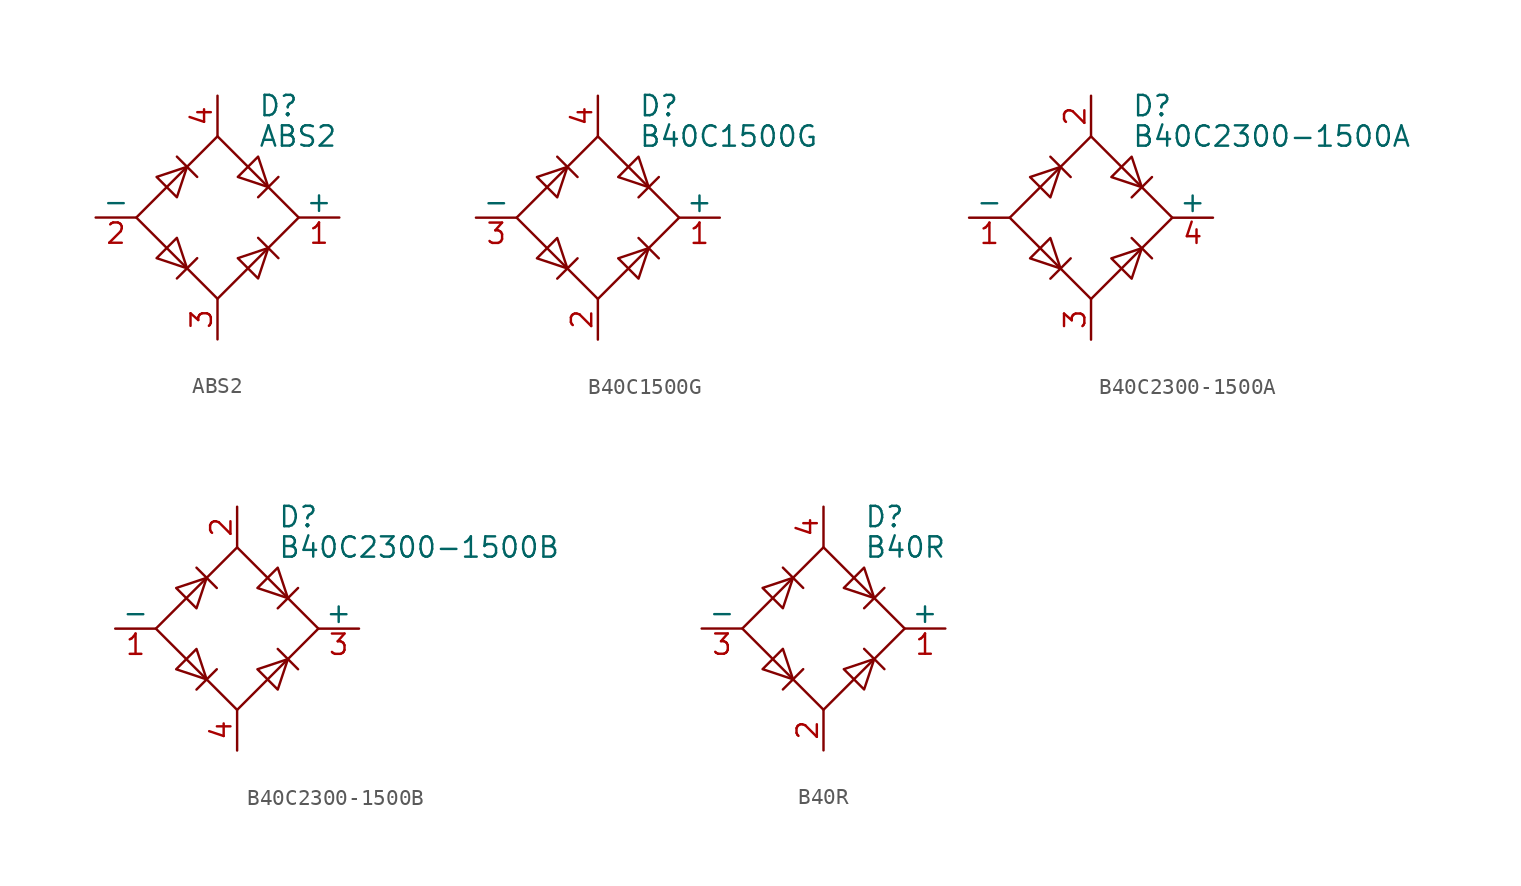
<source format=kicad_sym>
(kicad_symbol_lib
  (version 20201005)
  (generator kicad_symbol_editor)
  (symbol "ABS2"
    (pin_names
      (offset 0))
    (property "Reference" "D"
      (at 2.54 6.985 0)
      (effects (font (size 1.27 1.27)) (justify left)))
    (property "Value" "ABS2"
      (at 2.54 5.08 0)
      (effects (font (size 1.27 1.27)) (justify left)))
    (symbol "ABS2_0_1"
      (polyline (pts (xy -2.54 3.81) (xy -1.27 2.54)) (stroke (width 0)) (fill (type none)))
      (polyline (pts (xy -1.27 -2.54) (xy -2.54 -3.81)) (stroke (width 0)) (fill (type none)))
      (polyline (pts (xy 2.54 -1.27) (xy 3.81 -2.54)) (stroke (width 0)) (fill (type none)))
      (polyline (pts (xy 2.54 1.27) (xy 3.81 2.54)) (stroke (width 0)) (fill (type none)))
      (polyline (pts (xy -3.81 2.54) (xy -2.54 1.27) (xy -1.905 3.175) (xy -3.81 2.54)) (stroke (width 0)) (fill (type none)))
      (polyline (pts (xy -2.54 -1.27) (xy -3.81 -2.54) (xy -1.905 -3.175) (xy -2.54 -1.27)) (stroke (width 0)) (fill (type none)))
      (polyline (pts (xy 1.27 2.54) (xy 2.54 3.81) (xy 3.175 1.905) (xy 1.27 2.54)) (stroke (width 0)) (fill (type none)))
      (polyline (pts (xy 3.175 -1.905) (xy 1.27 -2.54) (xy 2.54 -3.81) (xy 3.175 -1.905)) (stroke (width 0)) (fill (type none)))
      (polyline (pts (xy -5.08 0) (xy 0 -5.08) (xy 5.08 0) (xy 0 5.08) (xy -5.08 0)) (stroke (width 0)) (fill (type none))))
    (symbol "ABS2_1_1"
      (pin passive line (at 7.62 0 180) (length 2.54) (name "+" (effects (font (size 1.27 1.27)))) (number "1" (effects (font (size 1.27 1.27)))))
      (pin passive line (at -7.62 0 0) (length 2.54) (name "-" (effects (font (size 1.27 1.27)))) (number "2" (effects (font (size 1.27 1.27)))))
      (pin passive line (at 0 -7.62 90) (length 2.54) (name "~~" (effects (font (size 1.27 1.27)))) (number "3" (effects (font (size 1.27 1.27)))))
      (pin passive line (at 0 7.62 270) (length 2.54) (name "~~" (effects (font (size 1.27 1.27)))) (number "4" (effects (font (size 1.27 1.27)))))))
  (symbol "B40C1500G"
    (pin_names
      (offset 0))
    (property "Reference" "D"
      (at 2.54 6.985 0)
      (effects (font (size 1.27 1.27)) (justify left)))
    (property "Value" "B40C1500G"
      (at 2.54 5.08 0)
      (effects (font (size 1.27 1.27)) (justify left)))
    (symbol "B40C1500G_0_1"
      (polyline (pts (xy -2.54 3.81) (xy -1.27 2.54)) (stroke (width 0)) (fill (type none)))
      (polyline (pts (xy -1.27 -2.54) (xy -2.54 -3.81)) (stroke (width 0)) (fill (type none)))
      (polyline (pts (xy 2.54 -1.27) (xy 3.81 -2.54)) (stroke (width 0)) (fill (type none)))
      (polyline (pts (xy 2.54 1.27) (xy 3.81 2.54)) (stroke (width 0)) (fill (type none)))
      (polyline (pts (xy -3.81 2.54) (xy -2.54 1.27) (xy -1.905 3.175) (xy -3.81 2.54)) (stroke (width 0)) (fill (type none)))
      (polyline (pts (xy -2.54 -1.27) (xy -3.81 -2.54) (xy -1.905 -3.175) (xy -2.54 -1.27)) (stroke (width 0)) (fill (type none)))
      (polyline (pts (xy 1.27 2.54) (xy 2.54 3.81) (xy 3.175 1.905) (xy 1.27 2.54)) (stroke (width 0)) (fill (type none)))
      (polyline (pts (xy 3.175 -1.905) (xy 1.27 -2.54) (xy 2.54 -3.81) (xy 3.175 -1.905)) (stroke (width 0)) (fill (type none)))
      (polyline (pts (xy -5.08 0) (xy 0 -5.08) (xy 5.08 0) (xy 0 5.08) (xy -5.08 0)) (stroke (width 0)) (fill (type none))))
    (symbol "B40C1500G_1_1"
      (pin passive line (at 7.62 0 180) (length 2.54) (name "+" (effects (font (size 1.27 1.27)))) (number "1" (effects (font (size 1.27 1.27)))))
      (pin passive line (at 0 -7.62 90) (length 2.54) (name "~~" (effects (font (size 1.27 1.27)))) (number "2" (effects (font (size 1.27 1.27)))))
      (pin passive line (at -7.62 0 0) (length 2.54) (name "-" (effects (font (size 1.27 1.27)))) (number "3" (effects (font (size 1.27 1.27)))))
      (pin passive line (at 0 7.62 270) (length 2.54) (name "~~" (effects (font (size 1.27 1.27)))) (number "4" (effects (font (size 1.27 1.27)))))))
  (symbol "B40C2300-1500A"
    (pin_names
      (offset 0))
    (property "Reference" "D"
      (at 2.54 6.985 0)
      (effects (font (size 1.27 1.27)) (justify left)))
    (property "Value" "B40C2300-1500A"
      (at 2.54 5.08 0)
      (effects (font (size 1.27 1.27)) (justify left)))
    (symbol "B40C2300-1500A_0_1"
      (polyline (pts (xy -2.54 3.81) (xy -1.27 2.54)) (stroke (width 0)) (fill (type none)))
      (polyline (pts (xy -1.27 -2.54) (xy -2.54 -3.81)) (stroke (width 0)) (fill (type none)))
      (polyline (pts (xy 2.54 -1.27) (xy 3.81 -2.54)) (stroke (width 0)) (fill (type none)))
      (polyline (pts (xy 2.54 1.27) (xy 3.81 2.54)) (stroke (width 0)) (fill (type none)))
      (polyline (pts (xy -3.81 2.54) (xy -2.54 1.27) (xy -1.905 3.175) (xy -3.81 2.54)) (stroke (width 0)) (fill (type none)))
      (polyline (pts (xy -2.54 -1.27) (xy -3.81 -2.54) (xy -1.905 -3.175) (xy -2.54 -1.27)) (stroke (width 0)) (fill (type none)))
      (polyline (pts (xy 1.27 2.54) (xy 2.54 3.81) (xy 3.175 1.905) (xy 1.27 2.54)) (stroke (width 0)) (fill (type none)))
      (polyline (pts (xy 3.175 -1.905) (xy 1.27 -2.54) (xy 2.54 -3.81) (xy 3.175 -1.905)) (stroke (width 0)) (fill (type none)))
      (polyline (pts (xy -5.08 0) (xy 0 -5.08) (xy 5.08 0) (xy 0 5.08) (xy -5.08 0)) (stroke (width 0)) (fill (type none))))
    (symbol "B40C2300-1500A_1_1"
      (pin passive line (at -7.62 0 0) (length 2.54) (name "-" (effects (font (size 1.27 1.27)))) (number "1" (effects (font (size 1.27 1.27)))))
      (pin passive line (at 0 7.62 270) (length 2.54) (name "~~" (effects (font (size 1.27 1.27)))) (number "2" (effects (font (size 1.27 1.27)))))
      (pin passive line (at 0 -7.62 90) (length 2.54) (name "~~" (effects (font (size 1.27 1.27)))) (number "3" (effects (font (size 1.27 1.27)))))
      (pin passive line (at 7.62 0 180) (length 2.54) (name "+" (effects (font (size 1.27 1.27)))) (number "4" (effects (font (size 1.27 1.27)))))))
  (symbol "B40C2300-1500B"
    (pin_names
      (offset 0))
    (property "Reference" "D"
      (at 2.54 6.985 0)
      (effects (font (size 1.27 1.27)) (justify left)))
    (property "Value" "B40C2300-1500B"
      (at 2.54 5.08 0)
      (effects (font (size 1.27 1.27)) (justify left)))
    (symbol "B40C2300-1500B_0_1"
      (polyline (pts (xy -2.54 3.81) (xy -1.27 2.54)) (stroke (width 0)) (fill (type none)))
      (polyline (pts (xy -1.27 -2.54) (xy -2.54 -3.81)) (stroke (width 0)) (fill (type none)))
      (polyline (pts (xy 2.54 -1.27) (xy 3.81 -2.54)) (stroke (width 0)) (fill (type none)))
      (polyline (pts (xy 2.54 1.27) (xy 3.81 2.54)) (stroke (width 0)) (fill (type none)))
      (polyline (pts (xy -3.81 2.54) (xy -2.54 1.27) (xy -1.905 3.175) (xy -3.81 2.54)) (stroke (width 0)) (fill (type none)))
      (polyline (pts (xy -2.54 -1.27) (xy -3.81 -2.54) (xy -1.905 -3.175) (xy -2.54 -1.27)) (stroke (width 0)) (fill (type none)))
      (polyline (pts (xy 1.27 2.54) (xy 2.54 3.81) (xy 3.175 1.905) (xy 1.27 2.54)) (stroke (width 0)) (fill (type none)))
      (polyline (pts (xy 3.175 -1.905) (xy 1.27 -2.54) (xy 2.54 -3.81) (xy 3.175 -1.905)) (stroke (width 0)) (fill (type none)))
      (polyline (pts (xy -5.08 0) (xy 0 -5.08) (xy 5.08 0) (xy 0 5.08) (xy -5.08 0)) (stroke (width 0)) (fill (type none))))
    (symbol "B40C2300-1500B_1_1"
      (pin passive line (at -7.62 0 0) (length 2.54) (name "-" (effects (font (size 1.27 1.27)))) (number "1" (effects (font (size 1.27 1.27)))))
      (pin passive line (at 0 7.62 270) (length 2.54) (name "~~" (effects (font (size 1.27 1.27)))) (number "2" (effects (font (size 1.27 1.27)))))
      (pin passive line (at 7.62 0 180) (length 2.54) (name "+" (effects (font (size 1.27 1.27)))) (number "3" (effects (font (size 1.27 1.27)))))
      (pin passive line (at 0 -7.62 90) (length 2.54) (name "~~" (effects (font (size 1.27 1.27)))) (number "4" (effects (font (size 1.27 1.27)))))))
  (symbol "B40R"
    (pin_names
      (offset 0))
    (property "Reference" "D"
      (at 2.54 6.985 0)
      (effects (font (size 1.27 1.27)) (justify left)))
    (property "Value" "B40R"
      (at 2.54 5.08 0)
      (effects (font (size 1.27 1.27)) (justify left)))
    (symbol "B40R_0_1"
      (polyline (pts (xy -2.54 3.81) (xy -1.27 2.54)) (stroke (width 0)) (fill (type none)))
      (polyline (pts (xy -1.27 -2.54) (xy -2.54 -3.81)) (stroke (width 0)) (fill (type none)))
      (polyline (pts (xy 2.54 -1.27) (xy 3.81 -2.54)) (stroke (width 0)) (fill (type none)))
      (polyline (pts (xy 2.54 1.27) (xy 3.81 2.54)) (stroke (width 0)) (fill (type none)))
      (polyline (pts (xy -3.81 2.54) (xy -2.54 1.27) (xy -1.905 3.175) (xy -3.81 2.54)) (stroke (width 0)) (fill (type none)))
      (polyline (pts (xy -2.54 -1.27) (xy -3.81 -2.54) (xy -1.905 -3.175) (xy -2.54 -1.27)) (stroke (width 0)) (fill (type none)))
      (polyline (pts (xy 1.27 2.54) (xy 2.54 3.81) (xy 3.175 1.905) (xy 1.27 2.54)) (stroke (width 0)) (fill (type none)))
      (polyline (pts (xy 3.175 -1.905) (xy 1.27 -2.54) (xy 2.54 -3.81) (xy 3.175 -1.905)) (stroke (width 0)) (fill (type none)))
      (polyline (pts (xy -5.08 0) (xy 0 -5.08) (xy 5.08 0) (xy 0 5.08) (xy -5.08 0)) (stroke (width 0)) (fill (type none))))
    (symbol "B40R_1_1"
      (pin passive line (at 7.62 0 180) (length 2.54) (name "+" (effects (font (size 1.27 1.27)))) (number "1" (effects (font (size 1.27 1.27)))))
      (pin passive line (at 0 -7.62 90) (length 2.54) (name "~~" (effects (font (size 1.27 1.27)))) (number "2" (effects (font (size 1.27 1.27)))))
      (pin passive line (at -7.62 0 0) (length 2.54) (name "-" (effects (font (size 1.27 1.27)))) (number "3" (effects (font (size 1.27 1.27)))))
      (pin passive line (at 0 7.62 270) (length 2.54) (name "~~" (effects (font (size 1.27 1.27)))) (number "4" (effects (font (size 1.27 1.27))))))))
</source>
